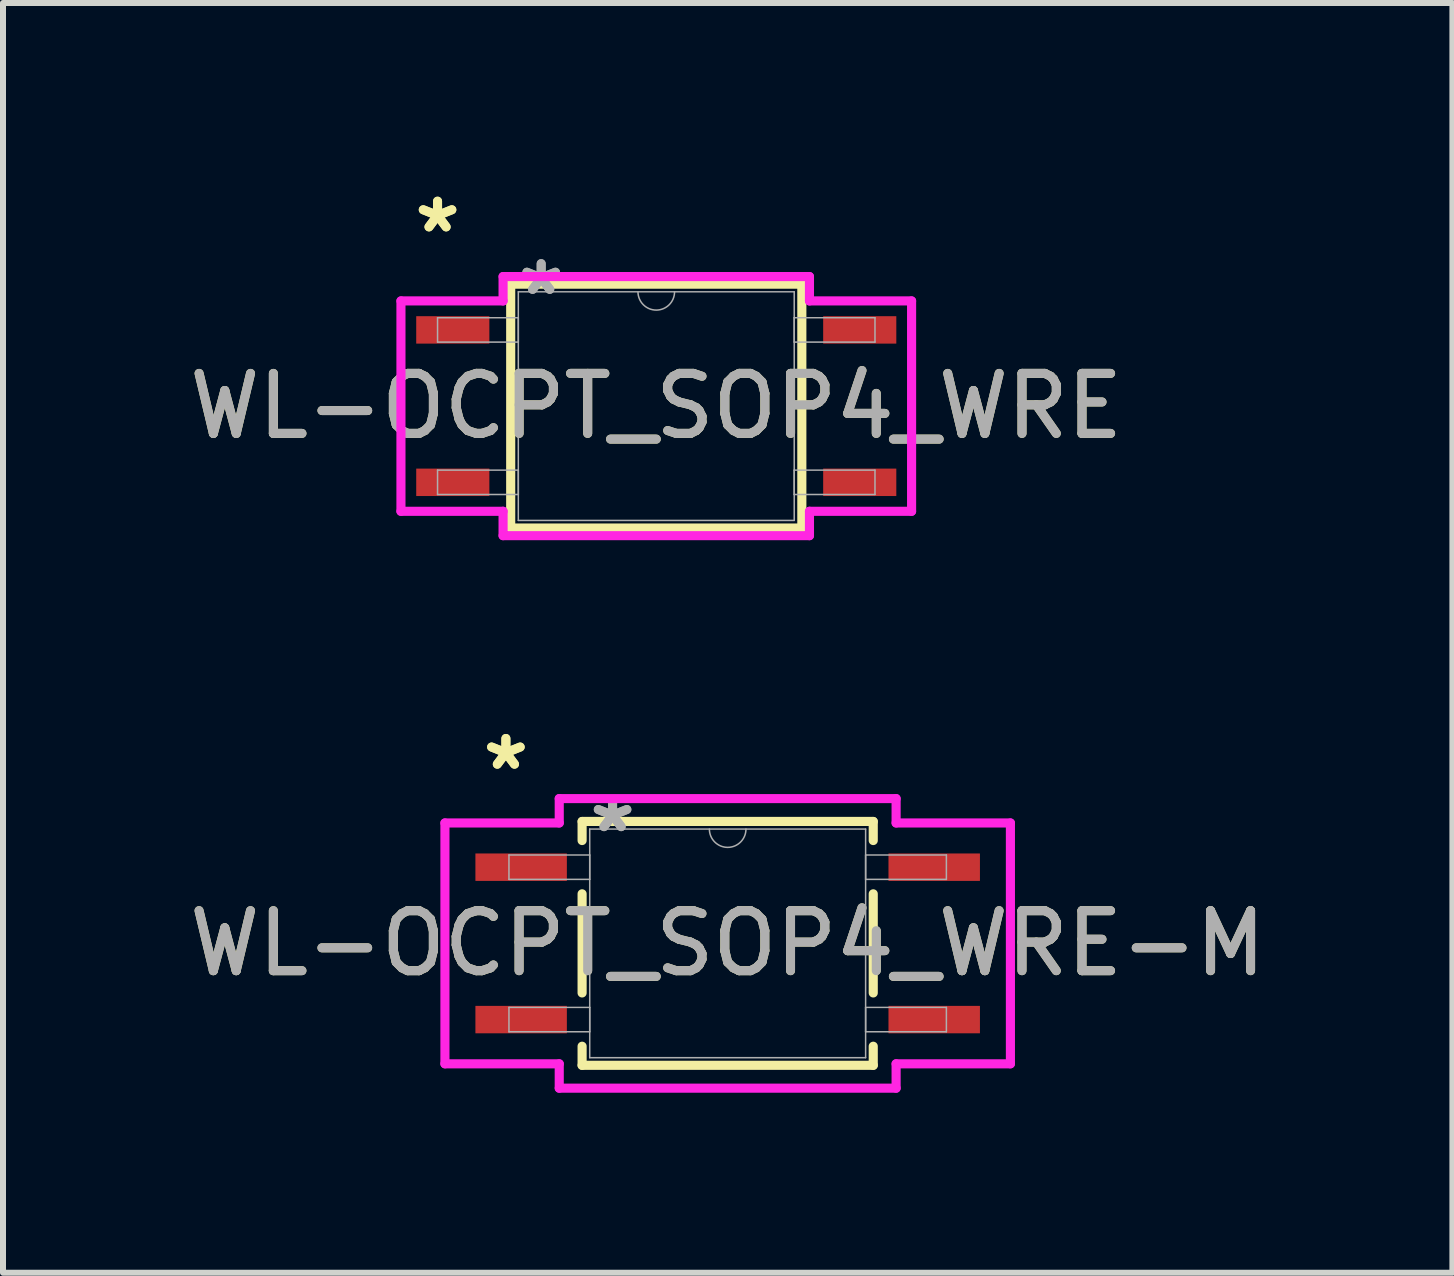
<source format=kicad_pcb>
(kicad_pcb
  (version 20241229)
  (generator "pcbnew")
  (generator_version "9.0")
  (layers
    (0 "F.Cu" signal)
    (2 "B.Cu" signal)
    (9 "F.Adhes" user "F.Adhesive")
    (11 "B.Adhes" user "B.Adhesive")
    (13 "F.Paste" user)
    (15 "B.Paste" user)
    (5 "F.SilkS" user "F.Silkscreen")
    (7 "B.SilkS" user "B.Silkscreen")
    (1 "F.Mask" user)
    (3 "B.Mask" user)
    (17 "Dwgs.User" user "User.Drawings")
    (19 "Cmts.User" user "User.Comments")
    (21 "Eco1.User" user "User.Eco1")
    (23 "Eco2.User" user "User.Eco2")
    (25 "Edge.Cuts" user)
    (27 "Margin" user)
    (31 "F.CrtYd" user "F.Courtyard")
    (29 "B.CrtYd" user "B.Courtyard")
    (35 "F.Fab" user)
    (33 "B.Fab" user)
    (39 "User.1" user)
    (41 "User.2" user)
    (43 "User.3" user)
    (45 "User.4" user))
  (footprint "WL-OCPT_SOP4_WRE"
    (layer "F.Cu")
    (at 7.887 3.718)
    (property "Reference" "WL-OCPT_SOP4_WRE" (at 0 0 0) (unlocked yes) (layer "F.SilkS") (effects (font (size 1 1) (thickness 0.15))))
    (attr smd)
    (fp_line (start -2.426 -2.032) (end -2.426 2.032) (stroke (width 0.152) (type solid)) (layer "F.SilkS"))
    (fp_line (start -2.426 2.032) (end 2.426 2.032) (stroke (width 0.152) (type solid)) (layer "F.SilkS"))
    (fp_line (start 2.426 -2.032) (end -2.426 -2.032) (stroke (width 0.152) (type solid)) (layer "F.SilkS"))
    (fp_line (start 2.426 2.032) (end 2.426 -2.032) (stroke (width 0.152) (type solid)) (layer "F.SilkS"))
    (fp_line (start -4.255 -1.753) (end -2.553 -1.753) (stroke (width 0.152) (type solid)) (layer "F.CrtYd"))
    (fp_line (start -4.255 1.753) (end -4.255 -1.753) (stroke (width 0.152) (type solid)) (layer "F.CrtYd"))
    (fp_line (start -4.255 1.753) (end -2.553 1.753) (stroke (width 0.152) (type solid)) (layer "F.CrtYd"))
    (fp_line (start -2.553 -2.159) (end 2.553 -2.159) (stroke (width 0.152) (type solid)) (layer "F.CrtYd"))
    (fp_line (start -2.553 -1.753) (end -2.553 -2.159) (stroke (width 0.152) (type solid)) (layer "F.CrtYd"))
    (fp_line (start -2.553 2.159) (end -2.553 1.753) (stroke (width 0.152) (type solid)) (layer "F.CrtYd"))
    (fp_line (start 2.553 -2.159) (end 2.553 -1.753) (stroke (width 0.152) (type solid)) (layer "F.CrtYd"))
    (fp_line (start 2.553 1.753) (end 2.553 2.159) (stroke (width 0.152) (type solid)) (layer "F.CrtYd"))
    (fp_line (start 2.553 2.159) (end -2.553 2.159) (stroke (width 0.152) (type solid)) (layer "F.CrtYd"))
    (fp_line (start 4.255 -1.753) (end 2.553 -1.753) (stroke (width 0.152) (type solid)) (layer "F.CrtYd"))
    (fp_line (start 4.255 -1.753) (end 4.255 1.753) (stroke (width 0.152) (type solid)) (layer "F.CrtYd"))
    (fp_line (start 4.255 1.753) (end 2.553 1.753) (stroke (width 0.152) (type solid)) (layer "F.CrtYd"))
    (fp_line (start -3.645 -1.473) (end -3.645 -1.067) (stroke (width 0.025) (type solid)) (layer "F.Fab"))
    (fp_line (start -3.645 -1.067) (end -2.299 -1.067) (stroke (width 0.025) (type solid)) (layer "F.Fab"))
    (fp_line (start -3.645 1.067) (end -3.645 1.473) (stroke (width 0.025) (type solid)) (layer "F.Fab"))
    (fp_line (start -3.645 1.473) (end -2.299 1.473) (stroke (width 0.025) (type solid)) (layer "F.Fab"))
    (fp_line (start -2.299 -1.905) (end -2.299 1.905) (stroke (width 0.025) (type solid)) (layer "F.Fab"))
    (fp_line (start -2.299 -1.473) (end -3.645 -1.473) (stroke (width 0.025) (type solid)) (layer "F.Fab"))
    (fp_line (start -2.299 -1.067) (end -2.299 -1.473) (stroke (width 0.025) (type solid)) (layer "F.Fab"))
    (fp_line (start -2.299 1.067) (end -3.645 1.067) (stroke (width 0.025) (type solid)) (layer "F.Fab"))
    (fp_line (start -2.299 1.473) (end -2.299 1.067) (stroke (width 0.025) (type solid)) (layer "F.Fab"))
    (fp_line (start -2.299 1.905) (end 2.299 1.905) (stroke (width 0.025) (type solid)) (layer "F.Fab"))
    (fp_line (start 2.299 -1.905) (end -2.299 -1.905) (stroke (width 0.025) (type solid)) (layer "F.Fab"))
    (fp_line (start 2.299 -1.473) (end 2.299 -1.067) (stroke (width 0.025) (type solid)) (layer "F.Fab"))
    (fp_line (start 2.299 -1.067) (end 3.645 -1.067) (stroke (width 0.025) (type solid)) (layer "F.Fab"))
    (fp_line (start 2.299 1.067) (end 2.299 1.473) (stroke (width 0.025) (type solid)) (layer "F.Fab"))
    (fp_line (start 2.299 1.473) (end 3.645 1.473) (stroke (width 0.025) (type solid)) (layer "F.Fab"))
    (fp_line (start 2.299 1.905) (end 2.299 -1.905) (stroke (width 0.025) (type solid)) (layer "F.Fab"))
    (fp_line (start 3.645 -1.473) (end 2.299 -1.473) (stroke (width 0.025) (type solid)) (layer "F.Fab"))
    (fp_line (start 3.645 -1.067) (end 3.645 -1.473) (stroke (width 0.025) (type solid)) (layer "F.Fab"))
    (fp_line (start 3.645 1.067) (end 2.299 1.067) (stroke (width 0.025) (type solid)) (layer "F.Fab"))
    (fp_line (start 3.645 1.473) (end 3.645 1.067) (stroke (width 0.025) (type solid)) (layer "F.Fab"))
    (fp_arc (start 0.3048 -1.905) (mid 0 -1.6002) (end -0.3048 -1.905) (stroke (width 0.0254) (type solid)) (layer "F.Fab"))
    (fp_text user "*" (at -3.645 -2.87 0) (unlocked yes) (layer "F.SilkS") (effects (font (size 1 1) (thickness 0.15))))
    (fp_text user "*" (at -3.645 -2.87 0) (layer "F.SilkS") (effects (font (size 1 1) (thickness 0.15))))
    (fp_text user "*" (at -1.918 -1.829 0) (layer "F.Fab") (effects (font (size 1 1) (thickness 0.15))))
    (fp_text user "${REFERENCE}" (at 0 0 0) (unlocked yes) (layer "F.Fab") (effects (font (size 1 1) (thickness 0.15))))
    (fp_text user "*" (at -1.918 -1.829 0) (unlocked yes) (layer "F.Fab") (effects (font (size 1 1) (thickness 0.15))))
    (pad "1" smd rect (at -3.391 -1.27) (size 1.219 0.457) (layers "F.Cu" "F.Mask" "F.Paste"))
    (pad "2" smd rect (at -3.391 1.27) (size 1.219 0.457) (layers "F.Cu" "F.Mask" "F.Paste"))
    (pad "3" smd rect (at 3.391 1.27) (size 1.219 0.457) (layers "F.Cu" "F.Mask" "F.Paste"))
    (pad "4" smd rect (at 3.391 -1.27) (size 1.219 0.457) (layers "F.Cu" "F.Mask" "F.Paste")))
  (footprint "WL-OCPT_SOP4_WRE-M"
    (layer "F.Cu")
    (at 9.077 12.672)
    (property "Reference" "WL-OCPT_SOP4_WRE-M" (at 0 0 0) (unlocked yes) (layer "F.SilkS") (effects (font (size 1 1) (thickness 0.15))))
    (attr smd)
    (fp_line (start -2.426 -2.032) (end -2.426 -1.714) (stroke (width 0.152) (type solid)) (layer "F.SilkS"))
    (fp_line (start -2.426 -0.826) (end -2.426 0.826) (stroke (width 0.152) (type solid)) (layer "F.SilkS"))
    (fp_line (start -2.426 1.714) (end -2.426 2.032) (stroke (width 0.152) (type solid)) (layer "F.SilkS"))
    (fp_line (start -2.426 2.032) (end 2.426 2.032) (stroke (width 0.152) (type solid)) (layer "F.SilkS"))
    (fp_line (start 2.426 -2.032) (end -2.426 -2.032) (stroke (width 0.152) (type solid)) (layer "F.SilkS"))
    (fp_line (start 2.426 -1.714) (end 2.426 -2.032) (stroke (width 0.152) (type solid)) (layer "F.SilkS"))
    (fp_line (start 2.426 0.826) (end 2.426 -0.826) (stroke (width 0.152) (type solid)) (layer "F.SilkS"))
    (fp_line (start 2.426 2.032) (end 2.426 1.714) (stroke (width 0.152) (type solid)) (layer "F.SilkS"))
    (fp_line (start -4.712 -2.007) (end -2.807 -2.007) (stroke (width 0.152) (type solid)) (layer "F.CrtYd"))
    (fp_line (start -4.712 2.007) (end -4.712 -2.007) (stroke (width 0.152) (type solid)) (layer "F.CrtYd"))
    (fp_line (start -4.712 2.007) (end -2.807 2.007) (stroke (width 0.152) (type solid)) (layer "F.CrtYd"))
    (fp_line (start -2.807 -2.413) (end 2.807 -2.413) (stroke (width 0.152) (type solid)) (layer "F.CrtYd"))
    (fp_line (start -2.807 -2.007) (end -2.807 -2.413) (stroke (width 0.152) (type solid)) (layer "F.CrtYd"))
    (fp_line (start -2.807 2.413) (end -2.807 2.007) (stroke (width 0.152) (type solid)) (layer "F.CrtYd"))
    (fp_line (start 2.807 -2.413) (end 2.807 -2.007) (stroke (width 0.152) (type solid)) (layer "F.CrtYd"))
    (fp_line (start 2.807 2.007) (end 2.807 2.413) (stroke (width 0.152) (type solid)) (layer "F.CrtYd"))
    (fp_line (start 2.807 2.413) (end -2.807 2.413) (stroke (width 0.152) (type solid)) (layer "F.CrtYd"))
    (fp_line (start 4.712 -2.007) (end 2.807 -2.007) (stroke (width 0.152) (type solid)) (layer "F.CrtYd"))
    (fp_line (start 4.712 -2.007) (end 4.712 2.007) (stroke (width 0.152) (type solid)) (layer "F.CrtYd"))
    (fp_line (start 4.712 2.007) (end 2.807 2.007) (stroke (width 0.152) (type solid)) (layer "F.CrtYd"))
    (fp_line (start -3.645 -1.473) (end -3.645 -1.067) (stroke (width 0.025) (type solid)) (layer "F.Fab"))
    (fp_line (start -3.645 -1.067) (end -2.299 -1.067) (stroke (width 0.025) (type solid)) (layer "F.Fab"))
    (fp_line (start -3.645 1.067) (end -3.645 1.473) (stroke (width 0.025) (type solid)) (layer "F.Fab"))
    (fp_line (start -3.645 1.473) (end -2.299 1.473) (stroke (width 0.025) (type solid)) (layer "F.Fab"))
    (fp_line (start -2.299 -1.905) (end -2.299 1.905) (stroke (width 0.025) (type solid)) (layer "F.Fab"))
    (fp_line (start -2.299 -1.473) (end -3.645 -1.473) (stroke (width 0.025) (type solid)) (layer "F.Fab"))
    (fp_line (start -2.299 -1.067) (end -2.299 -1.473) (stroke (width 0.025) (type solid)) (layer "F.Fab"))
    (fp_line (start -2.299 1.067) (end -3.645 1.067) (stroke (width 0.025) (type solid)) (layer "F.Fab"))
    (fp_line (start -2.299 1.473) (end -2.299 1.067) (stroke (width 0.025) (type solid)) (layer "F.Fab"))
    (fp_line (start -2.299 1.905) (end 2.299 1.905) (stroke (width 0.025) (type solid)) (layer "F.Fab"))
    (fp_line (start 2.299 -1.905) (end -2.299 -1.905) (stroke (width 0.025) (type solid)) (layer "F.Fab"))
    (fp_line (start 2.299 -1.473) (end 2.299 -1.067) (stroke (width 0.025) (type solid)) (layer "F.Fab"))
    (fp_line (start 2.299 -1.067) (end 3.645 -1.067) (stroke (width 0.025) (type solid)) (layer "F.Fab"))
    (fp_line (start 2.299 1.067) (end 2.299 1.473) (stroke (width 0.025) (type solid)) (layer "F.Fab"))
    (fp_line (start 2.299 1.473) (end 3.645 1.473) (stroke (width 0.025) (type solid)) (layer "F.Fab"))
    (fp_line (start 2.299 1.905) (end 2.299 -1.905) (stroke (width 0.025) (type solid)) (layer "F.Fab"))
    (fp_line (start 3.645 -1.473) (end 2.299 -1.473) (stroke (width 0.025) (type solid)) (layer "F.Fab"))
    (fp_line (start 3.645 -1.067) (end 3.645 -1.473) (stroke (width 0.025) (type solid)) (layer "F.Fab"))
    (fp_line (start 3.645 1.067) (end 2.299 1.067) (stroke (width 0.025) (type solid)) (layer "F.Fab"))
    (fp_line (start 3.645 1.473) (end 3.645 1.067) (stroke (width 0.025) (type solid)) (layer "F.Fab"))
    (fp_arc (start 0.3048 -1.905) (mid 0 -1.6002) (end -0.3048 -1.905) (stroke (width 0.0254) (type solid)) (layer "F.Fab"))
    (fp_text user "*" (at -3.696 -2.87 0) (layer "F.SilkS") (effects (font (size 1 1) (thickness 0.15))))
    (fp_text user "*" (at -3.696 -2.87 0) (unlocked yes) (layer "F.SilkS") (effects (font (size 1 1) (thickness 0.15))))
    (fp_text user "*" (at -1.918 -1.829 0) (unlocked yes) (layer "F.Fab") (effects (font (size 1 1) (thickness 0.15))))
    (fp_text user "${REFERENCE}" (at 0 0 0) (unlocked yes) (layer "F.Fab") (effects (font (size 1 1) (thickness 0.15))))
    (fp_text user "*" (at -1.918 -1.829 0) (layer "F.Fab") (effects (font (size 1 1) (thickness 0.15))))
    (pad "1" smd rect (at -3.442 -1.27) (size 1.524 0.457) (layers "F.Cu" "F.Mask" "F.Paste"))
    (pad "2" smd rect (at -3.442 1.27) (size 1.524 0.457) (layers "F.Cu" "F.Mask" "F.Paste"))
    (pad "3" smd rect (at 3.442 1.27) (size 1.524 0.457) (layers "F.Cu" "F.Mask" "F.Paste"))
    (pad "4" smd rect (at 3.442 -1.27) (size 1.524 0.457) (layers "F.Cu" "F.Mask" "F.Paste")))
  (gr_rect
    (start -3 -3)
    (end 21.155 18.161)
    (stroke (width 0.1) (type default))
    (fill no)
    (layer "Edge.Cuts")))
</source>
